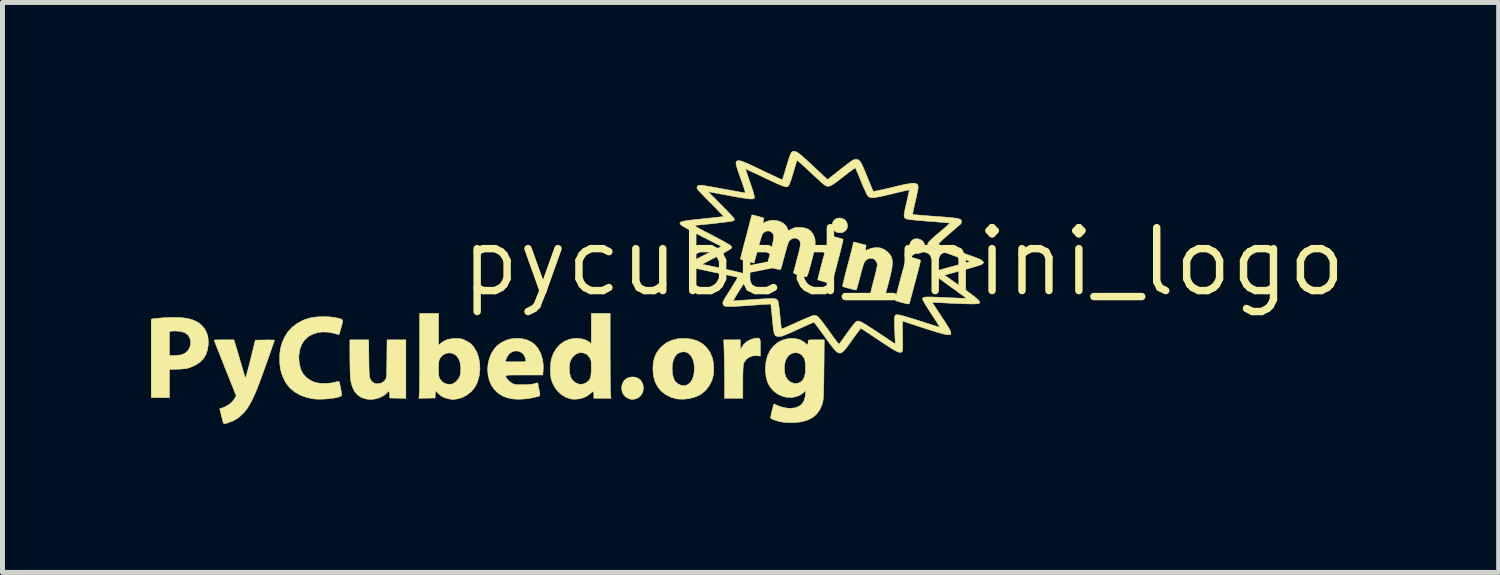
<source format=kicad_pcb>
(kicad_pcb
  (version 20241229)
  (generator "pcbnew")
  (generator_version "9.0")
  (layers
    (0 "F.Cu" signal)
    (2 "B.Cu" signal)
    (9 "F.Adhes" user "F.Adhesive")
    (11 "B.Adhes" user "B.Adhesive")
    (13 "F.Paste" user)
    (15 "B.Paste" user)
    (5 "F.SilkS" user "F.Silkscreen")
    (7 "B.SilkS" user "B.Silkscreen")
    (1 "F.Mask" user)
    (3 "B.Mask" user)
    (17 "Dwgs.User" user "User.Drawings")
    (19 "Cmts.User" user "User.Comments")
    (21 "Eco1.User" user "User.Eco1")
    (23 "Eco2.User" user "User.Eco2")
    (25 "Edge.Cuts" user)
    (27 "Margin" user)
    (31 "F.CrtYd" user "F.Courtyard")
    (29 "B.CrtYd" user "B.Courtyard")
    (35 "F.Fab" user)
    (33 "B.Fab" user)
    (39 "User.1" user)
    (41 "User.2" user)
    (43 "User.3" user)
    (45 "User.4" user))
  (footprint "pycubed_mini_logo"
    (layer "F.Cu")
    (at 15.207 2.24)
    (property "Reference" "pycubed_mini_logo" (at 0 0 0) (layer "F.SilkS") (effects (font (size 1.27 1.27) (thickness 0.15))))
    (attr through_hole)
    (fp_poly (pts (xy -1.242 -0.877) (xy -1.194 -0.852) (xy -1.157 -0.811) (xy -1.148 -0.792) (xy -1.135 -0.734) (xy -1.143 -0.681) (xy -1.17 -0.637) (xy -1.21 -0.605) (xy -1.261 -0.588) (xy -1.319 -0.588) (xy -1.369 -0.605) (xy -1.413 -0.64) (xy -1.44 -0.689) (xy -1.447 -0.745) (xy -1.433 -0.803) (xy -1.429 -0.813) (xy -1.394 -0.855) (xy -1.348 -0.879) (xy -1.295 -0.887) (xy -1.242 -0.877)) (stroke (width 0.01) (type solid)) (fill yes) (layer "F.SilkS"))
    (fp_poly (pts (xy 0.333 -0.453) (xy 0.384 -0.42) (xy 0.415 -0.371) (xy 0.424 -0.309) (xy 0.424 -0.308) (xy 0.412 -0.251) (xy 0.381 -0.208) (xy 0.337 -0.18) (xy 0.282 -0.169) (xy 0.223 -0.179) (xy 0.195 -0.191) (xy 0.147 -0.226) (xy 0.121 -0.272) (xy 0.117 -0.333) (xy 0.118 -0.345) (xy 0.137 -0.4) (xy 0.173 -0.44) (xy 0.222 -0.464) (xy 0.28 -0.467) (xy 0.333 -0.453)) (stroke (width 0.01) (type solid)) (fill yes) (layer "F.SilkS"))
    (fp_poly (pts (xy -5.433 2.328) (xy -5.372 2.349) (xy -5.32 2.386) (xy -5.3 2.411) (xy -5.269 2.477) (xy -5.259 2.546) (xy -5.267 2.613) (xy -5.293 2.674) (xy -5.335 2.725) (xy -5.391 2.759) (xy -5.416 2.767) (xy -5.459 2.777) (xy -5.49 2.78) (xy -5.52 2.774) (xy -5.554 2.763) (xy -5.617 2.73) (xy -5.662 2.68) (xy -5.685 2.633) (xy -5.699 2.562) (xy -5.692 2.488) (xy -5.664 2.42) (xy -5.663 2.417) (xy -5.62 2.37) (xy -5.563 2.339) (xy -5.499 2.325) (xy -5.433 2.328)) (stroke (width 0.01) (type solid)) (fill yes) (layer "F.SilkS"))
    (fp_poly (pts (xy -2.916 1.549) (xy -2.904 1.569) (xy -2.898 1.604) (xy -2.896 1.659) (xy -2.896 1.728) (xy -2.896 1.903) (xy -2.965 1.896) (xy -3.045 1.899) (xy -3.116 1.922) (xy -3.176 1.964) (xy -3.219 2.021) (xy -3.238 2.067) (xy -3.242 2.094) (xy -3.245 2.143) (xy -3.248 2.21) (xy -3.25 2.291) (xy -3.251 2.384) (xy -3.251 2.435) (xy -3.251 2.756) (xy -3.619 2.756) (xy -3.62 2.423) (xy -3.62 2.314) (xy -3.621 2.196) (xy -3.623 2.077) (xy -3.625 1.965) (xy -3.627 1.867) (xy -3.628 1.832) (xy -3.636 1.575) (xy -3.302 1.575) (xy -3.302 1.68) (xy -3.301 1.73) (xy -3.3 1.758) (xy -3.296 1.767) (xy -3.29 1.759) (xy -3.284 1.745) (xy -3.241 1.677) (xy -3.18 1.618) (xy -3.105 1.574) (xy -3.024 1.548) (xy -3.009 1.545) (xy -2.966 1.54) (xy -2.936 1.54) (xy -2.916 1.549)) (stroke (width 0.01) (type solid)) (fill yes) (layer "F.SilkS"))
    (fp_poly (pts (xy 0.111 -0.1) (xy 0.156 -0.091) (xy 0.207 -0.078) (xy 0.256 -0.063) (xy 0.299 -0.05) (xy 0.329 -0.038) (xy 0.339 -0.03) (xy 0.337 -0.015) (xy 0.329 0.022) (xy 0.316 0.077) (xy 0.298 0.149) (xy 0.276 0.233) (xy 0.252 0.327) (xy 0.229 0.411) (xy 0.202 0.51) (xy 0.178 0.602) (xy 0.156 0.684) (xy 0.138 0.751) (xy 0.125 0.802) (xy 0.117 0.834) (xy 0.114 0.844) (xy 0.103 0.85) (xy 0.068 0.847) (xy 0.01 0.834) (xy -0.057 0.817) (xy -0.107 0.802) (xy -0.147 0.79) (xy -0.171 0.783) (xy -0.176 0.781) (xy -0.174 0.768) (xy -0.166 0.734) (xy -0.153 0.682) (xy -0.136 0.616) (xy -0.116 0.539) (xy -0.094 0.454) (xy -0.07 0.365) (xy -0.046 0.274) (xy -0.022 0.187) (xy 0.001 0.104) (xy 0.021 0.031) (xy 0.038 -0.029) (xy 0.051 -0.074) (xy 0.06 -0.1) (xy 0.062 -0.104) (xy 0.077 -0.106) (xy 0.111 -0.1)) (stroke (width 0.01) (type solid)) (fill yes) (layer "F.SilkS"))
    (fp_poly (pts (xy -1.453 -0.518) (xy -1.409 -0.508) (xy -1.358 -0.496) (xy -1.309 -0.483) (xy -1.265 -0.47) (xy -1.235 -0.46) (xy -1.224 -0.454) (xy -1.226 -0.44) (xy -1.233 -0.406) (xy -1.245 -0.354) (xy -1.261 -0.287) (xy -1.281 -0.209) (xy -1.302 -0.124) (xy -1.326 -0.034) (xy -1.35 0.056) (xy -1.373 0.145) (xy -1.396 0.228) (xy -1.416 0.302) (xy -1.434 0.364) (xy -1.448 0.41) (xy -1.457 0.437) (xy -1.46 0.443) (xy -1.474 0.44) (xy -1.508 0.431) (xy -1.555 0.417) (xy -1.6 0.405) (xy -1.654 0.389) (xy -1.699 0.375) (xy -1.728 0.366) (xy -1.738 0.362) (xy -1.736 0.349) (xy -1.728 0.315) (xy -1.715 0.263) (xy -1.698 0.197) (xy -1.678 0.12) (xy -1.655 0.035) (xy -1.632 -0.054) (xy -1.607 -0.145) (xy -1.584 -0.232) (xy -1.561 -0.315) (xy -1.541 -0.388) (xy -1.524 -0.448) (xy -1.511 -0.493) (xy -1.503 -0.519) (xy -1.5 -0.523) (xy -1.486 -0.523) (xy -1.453 -0.518)) (stroke (width 0.01) (type solid)) (fill yes) (layer "F.SilkS"))
    (fp_poly (pts (xy -14.611 1.125) (xy -14.484 1.14) (xy -14.375 1.168) (xy -14.283 1.207) (xy -14.207 1.26) (xy -14.144 1.325) (xy -14.125 1.351) (xy -14.082 1.432) (xy -14.056 1.517) (xy -14.048 1.614) (xy -14.049 1.662) (xy -14.065 1.777) (xy -14.098 1.876) (xy -14.15 1.96) (xy -14.223 2.031) (xy -14.318 2.09) (xy -14.423 2.136) (xy -14.468 2.149) (xy -14.522 2.158) (xy -14.591 2.165) (xy -14.665 2.168) (xy -14.834 2.175) (xy -14.834 2.743) (xy -15.202 2.743) (xy -15.202 1.41) (xy -14.834 1.41) (xy -14.834 1.892) (xy -14.734 1.892) (xy -14.669 1.889) (xy -14.608 1.88) (xy -14.575 1.872) (xy -14.509 1.838) (xy -14.459 1.79) (xy -14.425 1.732) (xy -14.407 1.668) (xy -14.406 1.602) (xy -14.422 1.539) (xy -14.456 1.483) (xy -14.508 1.439) (xy -14.521 1.433) (xy -14.565 1.417) (xy -14.624 1.405) (xy -14.69 1.398) (xy -14.751 1.396) (xy -14.799 1.402) (xy -14.801 1.402) (xy -14.834 1.41) (xy -15.202 1.41) (xy -15.202 1.159) (xy -15.173 1.151) (xy -15.152 1.147) (xy -15.109 1.143) (xy -15.051 1.138) (xy -14.982 1.132) (xy -14.927 1.128) (xy -14.758 1.121) (xy -14.611 1.125)) (stroke (width 0.01) (type solid)) (fill yes) (layer "F.SilkS"))
    (fp_poly (pts (xy -10.805 1.946) (xy -10.804 2.058) (xy -10.802 2.147) (xy -10.8 2.216) (xy -10.797 2.269) (xy -10.793 2.308) (xy -10.789 2.336) (xy -10.783 2.356) (xy -10.78 2.363) (xy -10.744 2.419) (xy -10.695 2.452) (xy -10.634 2.464) (xy -10.634 2.464) (xy -10.565 2.453) (xy -10.509 2.422) (xy -10.475 2.385) (xy -10.467 2.372) (xy -10.46 2.359) (xy -10.455 2.343) (xy -10.451 2.32) (xy -10.448 2.287) (xy -10.446 2.243) (xy -10.445 2.182) (xy -10.443 2.104) (xy -10.442 2.004) (xy -10.442 1.959) (xy -10.438 1.575) (xy -10.058 1.575) (xy -10.058 2.757) (xy -10.382 2.75) (xy -10.386 2.692) (xy -10.39 2.645) (xy -10.396 2.62) (xy -10.408 2.616) (xy -10.426 2.632) (xy -10.438 2.645) (xy -10.496 2.695) (xy -10.571 2.736) (xy -10.655 2.764) (xy -10.674 2.768) (xy -10.734 2.777) (xy -10.783 2.779) (xy -10.833 2.774) (xy -10.867 2.768) (xy -10.958 2.738) (xy -11.033 2.688) (xy -11.094 2.618) (xy -11.139 2.528) (xy -11.168 2.419) (xy -11.175 2.368) (xy -11.179 2.324) (xy -11.182 2.259) (xy -11.185 2.179) (xy -11.187 2.088) (xy -11.188 1.991) (xy -11.189 1.915) (xy -11.189 1.575) (xy -10.81 1.575) (xy -10.805 1.946)) (stroke (width 0.01) (type solid)) (fill yes) (layer "F.SilkS"))
    (fp_poly (pts (xy -4.275 1.563) (xy -4.163 1.599) (xy -4.065 1.655) (xy -3.983 1.73) (xy -3.917 1.823) (xy -3.868 1.933) (xy -3.866 1.941) (xy -3.852 2.005) (xy -3.842 2.083) (xy -3.838 2.167) (xy -3.841 2.244) (xy -3.847 2.292) (xy -3.878 2.402) (xy -3.93 2.503) (xy -3.999 2.592) (xy -4.082 2.664) (xy -4.14 2.699) (xy -4.237 2.738) (xy -4.346 2.764) (xy -4.456 2.775) (xy -4.559 2.771) (xy -4.58 2.768) (xy -4.702 2.735) (xy -4.809 2.682) (xy -4.898 2.612) (xy -4.97 2.524) (xy -5.023 2.421) (xy -5.056 2.304) (xy -5.067 2.174) (xy -5.067 2.168) (xy -5.067 2.159) (xy -4.679 2.159) (xy -4.673 2.254) (xy -4.655 2.335) (xy -4.627 2.4) (xy -4.612 2.422) (xy -4.56 2.466) (xy -4.5 2.493) (xy -4.437 2.501) (xy -4.377 2.487) (xy -4.37 2.483) (xy -4.313 2.44) (xy -4.271 2.377) (xy -4.243 2.294) (xy -4.23 2.195) (xy -4.229 2.159) (xy -4.237 2.057) (xy -4.259 1.971) (xy -4.294 1.902) (xy -4.341 1.853) (xy -4.399 1.823) (xy -4.452 1.816) (xy -4.52 1.828) (xy -4.578 1.861) (xy -4.623 1.915) (xy -4.656 1.988) (xy -4.675 2.078) (xy -4.679 2.159) (xy -5.067 2.159) (xy -5.06 2.045) (xy -5.037 1.938) (xy -4.997 1.845) (xy -4.938 1.76) (xy -4.882 1.703) (xy -4.793 1.634) (xy -4.692 1.586) (xy -4.578 1.557) (xy -4.537 1.551) (xy -4.4 1.546) (xy -4.275 1.563)) (stroke (width 0.01) (type solid)) (fill yes) (layer "F.SilkS"))
    (fp_poly (pts (xy -13.463 1.8) (xy -13.437 1.886) (xy -13.411 1.977) (xy -13.385 2.064) (xy -13.363 2.14) (xy -13.352 2.178) (xy -13.335 2.238) (xy -13.319 2.29) (xy -13.308 2.329) (xy -13.302 2.349) (xy -13.302 2.349) (xy -13.297 2.342) (xy -13.287 2.313) (xy -13.273 2.265) (xy -13.255 2.2) (xy -13.234 2.122) (xy -13.211 2.032) (xy -13.197 1.975) (xy -13.099 1.581) (xy -12.906 1.578) (xy -12.839 1.577) (xy -12.782 1.578) (xy -12.74 1.579) (xy -12.716 1.582) (xy -12.713 1.583) (xy -12.717 1.598) (xy -12.728 1.633) (xy -12.747 1.686) (xy -12.77 1.754) (xy -12.798 1.834) (xy -12.829 1.922) (xy -12.862 2.015) (xy -12.896 2.111) (xy -12.931 2.207) (xy -12.964 2.298) (xy -12.982 2.349) (xy -13.041 2.506) (xy -13.096 2.641) (xy -13.148 2.756) (xy -13.197 2.853) (xy -13.246 2.936) (xy -13.296 3.006) (xy -13.338 3.055) (xy -13.436 3.145) (xy -13.546 3.212) (xy -13.667 3.257) (xy -13.691 3.263) (xy -13.723 3.269) (xy -13.739 3.264) (xy -13.749 3.245) (xy -13.753 3.228) (xy -13.769 3.168) (xy -13.784 3.107) (xy -13.798 3.052) (xy -13.809 3.006) (xy -13.816 2.976) (xy -13.818 2.967) (xy -13.807 2.96) (xy -13.798 2.959) (xy -13.769 2.952) (xy -13.727 2.935) (xy -13.68 2.91) (xy -13.633 2.882) (xy -13.599 2.857) (xy -13.562 2.82) (xy -13.527 2.776) (xy -13.518 2.762) (xy -13.485 2.706) (xy -13.709 2.146) (xy -13.753 2.034) (xy -13.795 1.928) (xy -13.833 1.833) (xy -13.866 1.749) (xy -13.894 1.68) (xy -13.914 1.627) (xy -13.927 1.593) (xy -13.932 1.581) (xy -13.92 1.579) (xy -13.887 1.577) (xy -13.837 1.576) (xy -13.774 1.575) (xy -13.732 1.575) (xy -13.531 1.575) (xy -13.463 1.8)) (stroke (width 0.01) (type solid)) (fill yes) (layer "F.SilkS"))
    (fp_poly (pts (xy -11.593 1.112) (xy -11.49 1.124) (xy -11.405 1.143) (xy -11.371 1.153) (xy -11.349 1.164) (xy -11.338 1.179) (xy -11.337 1.205) (xy -11.344 1.244) (xy -11.359 1.302) (xy -11.364 1.32) (xy -11.379 1.376) (xy -11.393 1.423) (xy -11.402 1.455) (xy -11.407 1.467) (xy -11.421 1.466) (xy -11.452 1.459) (xy -11.488 1.449) (xy -11.618 1.42) (xy -11.745 1.416) (xy -11.836 1.428) (xy -11.944 1.462) (xy -12.036 1.514) (xy -12.11 1.585) (xy -12.165 1.672) (xy -12.202 1.775) (xy -12.219 1.893) (xy -12.22 1.94) (xy -12.21 2.064) (xy -12.181 2.172) (xy -12.133 2.263) (xy -12.065 2.339) (xy -11.978 2.398) (xy -11.914 2.427) (xy -11.849 2.445) (xy -11.767 2.454) (xy -11.678 2.456) (xy -11.59 2.45) (xy -11.51 2.436) (xy -11.495 2.432) (xy -11.449 2.42) (xy -11.421 2.417) (xy -11.407 2.422) (xy -11.405 2.424) (xy -11.399 2.443) (xy -11.39 2.48) (xy -11.38 2.53) (xy -11.373 2.566) (xy -11.362 2.631) (xy -11.358 2.675) (xy -11.359 2.7) (xy -11.363 2.707) (xy -11.391 2.723) (xy -11.44 2.737) (xy -11.504 2.75) (xy -11.579 2.761) (xy -11.66 2.769) (xy -11.743 2.773) (xy -11.822 2.774) (xy -11.893 2.771) (xy -11.915 2.769) (xy -12.056 2.741) (xy -12.185 2.695) (xy -12.298 2.632) (xy -12.394 2.554) (xy -12.471 2.461) (xy -12.512 2.388) (xy -12.55 2.303) (xy -12.576 2.229) (xy -12.593 2.155) (xy -12.603 2.072) (xy -12.607 2) (xy -12.606 1.866) (xy -12.59 1.745) (xy -12.556 1.629) (xy -12.508 1.521) (xy -12.439 1.411) (xy -12.35 1.316) (xy -12.242 1.236) (xy -12.119 1.173) (xy -12.008 1.136) (xy -11.92 1.119) (xy -11.817 1.11) (xy -11.705 1.107) (xy -11.593 1.112)) (stroke (width 0.01) (type solid)) (fill yes) (layer "F.SilkS"))
    (fp_poly (pts (xy -5.931 1.801) (xy -5.931 1.941) (xy -5.93 2.076) (xy -5.93 2.203) (xy -5.929 2.32) (xy -5.928 2.424) (xy -5.927 2.513) (xy -5.925 2.584) (xy -5.924 2.634) (xy -5.923 2.659) (xy -5.914 2.756) (xy -6.261 2.756) (xy -6.261 2.7) (xy -6.263 2.651) (xy -6.269 2.625) (xy -6.284 2.622) (xy -6.309 2.639) (xy -6.332 2.661) (xy -6.402 2.713) (xy -6.486 2.75) (xy -6.58 2.771) (xy -6.675 2.775) (xy -6.73 2.768) (xy -6.828 2.735) (xy -6.917 2.681) (xy -6.995 2.608) (xy -7.059 2.518) (xy -7.107 2.416) (xy -7.124 2.358) (xy -7.133 2.299) (xy -7.137 2.224) (xy -7.137 2.152) (xy -6.756 2.152) (xy -6.749 2.25) (xy -6.728 2.329) (xy -6.692 2.39) (xy -6.639 2.435) (xy -6.617 2.448) (xy -6.554 2.471) (xy -6.497 2.473) (xy -6.437 2.453) (xy -6.426 2.447) (xy -6.384 2.42) (xy -6.353 2.388) (xy -6.332 2.346) (xy -6.319 2.29) (xy -6.313 2.216) (xy -6.312 2.146) (xy -6.312 2.079) (xy -6.314 2.031) (xy -6.317 1.998) (xy -6.324 1.974) (xy -6.334 1.953) (xy -6.345 1.936) (xy -6.378 1.892) (xy -6.408 1.865) (xy -6.446 1.848) (xy -6.468 1.841) (xy -6.535 1.833) (xy -6.598 1.85) (xy -6.659 1.891) (xy -6.662 1.895) (xy -6.71 1.951) (xy -6.74 2.017) (xy -6.754 2.098) (xy -6.756 2.152) (xy -7.137 2.152) (xy -7.137 2.142) (xy -7.133 2.061) (xy -7.124 1.992) (xy -7.118 1.962) (xy -7.077 1.849) (xy -7.019 1.751) (xy -6.945 1.67) (xy -6.857 1.607) (xy -6.759 1.566) (xy -6.69 1.551) (xy -6.592 1.545) (xy -6.499 1.556) (xy -6.416 1.582) (xy -6.35 1.621) (xy -6.34 1.629) (xy -6.312 1.655) (xy -6.312 1.041) (xy -5.931 1.041) (xy -5.931 1.801)) (stroke (width 0.01) (type solid)) (fill yes) (layer "F.SilkS"))
    (fp_poly (pts (xy -9.398 1.686) (xy -9.351 1.643) (xy -9.282 1.595) (xy -9.198 1.563) (xy -9.097 1.548) (xy -9.05 1.547) (xy -8.993 1.548) (xy -8.952 1.551) (xy -8.917 1.561) (xy -8.877 1.577) (xy -8.841 1.596) (xy -8.785 1.627) (xy -8.743 1.657) (xy -8.707 1.695) (xy -8.684 1.724) (xy -8.627 1.819) (xy -8.588 1.929) (xy -8.566 2.049) (xy -8.562 2.174) (xy -8.576 2.3) (xy -8.61 2.422) (xy -8.619 2.446) (xy -8.67 2.542) (xy -8.742 2.625) (xy -8.828 2.693) (xy -8.927 2.743) (xy -9.023 2.769) (xy -9.072 2.776) (xy -9.107 2.779) (xy -9.139 2.777) (xy -9.178 2.77) (xy -9.207 2.764) (xy -9.285 2.741) (xy -9.348 2.707) (xy -9.406 2.657) (xy -9.411 2.653) (xy -9.46 2.602) (xy -9.464 2.676) (xy -9.468 2.75) (xy -9.632 2.753) (xy -9.795 2.757) (xy -9.787 2.671) (xy -9.786 2.642) (xy -9.784 2.591) (xy -9.783 2.52) (xy -9.782 2.431) (xy -9.781 2.326) (xy -9.78 2.209) (xy -9.78 2.161) (xy -9.398 2.161) (xy -9.398 2.227) (xy -9.396 2.274) (xy -9.392 2.308) (xy -9.384 2.334) (xy -9.373 2.358) (xy -9.365 2.372) (xy -9.32 2.425) (xy -9.261 2.46) (xy -9.195 2.475) (xy -9.126 2.468) (xy -9.102 2.459) (xy -9.055 2.429) (xy -9.011 2.383) (xy -8.976 2.329) (xy -8.965 2.303) (xy -8.957 2.266) (xy -8.951 2.215) (xy -8.948 2.159) (xy -8.948 2.153) (xy -8.957 2.055) (xy -8.983 1.973) (xy -9.025 1.908) (xy -9.065 1.873) (xy -9.129 1.845) (xy -9.197 1.839) (xy -9.262 1.854) (xy -9.32 1.889) (xy -9.365 1.942) (xy -9.372 1.955) (xy -9.384 1.981) (xy -9.391 2.011) (xy -9.396 2.049) (xy -9.398 2.102) (xy -9.398 2.161) (xy -9.78 2.161) (xy -9.78 2.081) (xy -9.779 1.946) (xy -9.779 1.813) (xy -9.779 1.041) (xy -9.398 1.041) (xy -9.398 1.686)) (stroke (width 0.01) (type solid)) (fill yes) (layer "F.SilkS"))
    (fp_poly (pts (xy -7.715 1.551) (xy -7.613 1.576) (xy -7.521 1.62) (xy -7.451 1.674) (xy -7.384 1.755) (xy -7.333 1.852) (xy -7.299 1.962) (xy -7.282 2.081) (xy -7.284 2.194) (xy -7.292 2.286) (xy -7.666 2.286) (xy -7.773 2.286) (xy -7.857 2.286) (xy -7.921 2.287) (xy -7.969 2.288) (xy -8.001 2.29) (xy -8.022 2.293) (xy -8.033 2.298) (xy -8.038 2.303) (xy -8.039 2.31) (xy -8.039 2.311) (xy -8.029 2.34) (xy -8.003 2.376) (xy -7.966 2.413) (xy -7.923 2.445) (xy -7.907 2.455) (xy -7.882 2.467) (xy -7.855 2.475) (xy -7.822 2.48) (xy -7.776 2.482) (xy -7.711 2.482) (xy -7.696 2.482) (xy -7.59 2.479) (xy -7.508 2.471) (xy -7.466 2.462) (xy -7.394 2.442) (xy -7.369 2.57) (xy -7.357 2.633) (xy -7.352 2.675) (xy -7.353 2.699) (xy -7.358 2.708) (xy -7.376 2.715) (xy -7.413 2.725) (xy -7.461 2.737) (xy -7.48 2.742) (xy -7.582 2.761) (xy -7.69 2.772) (xy -7.795 2.775) (xy -7.888 2.77) (xy -7.898 2.768) (xy -8.012 2.745) (xy -8.108 2.707) (xy -8.193 2.653) (xy -8.265 2.585) (xy -8.327 2.499) (xy -8.371 2.399) (xy -8.397 2.29) (xy -8.406 2.176) (xy -8.397 2.061) (xy -8.387 2.019) (xy -8.05 2.019) (xy -7.841 2.019) (xy -7.764 2.019) (xy -7.709 2.019) (xy -7.672 2.017) (xy -7.649 2.014) (xy -7.638 2.009) (xy -7.634 2.001) (xy -7.633 1.991) (xy -7.641 1.949) (xy -7.662 1.902) (xy -7.688 1.86) (xy -7.714 1.835) (xy -7.779 1.805) (xy -7.845 1.799) (xy -7.907 1.815) (xy -7.962 1.851) (xy -8.007 1.907) (xy -8.039 1.981) (xy -8.04 1.984) (xy -8.05 2.019) (xy -8.387 2.019) (xy -8.37 1.949) (xy -8.327 1.845) (xy -8.267 1.751) (xy -8.215 1.695) (xy -8.13 1.631) (xy -8.033 1.584) (xy -7.929 1.555) (xy -7.821 1.544) (xy -7.715 1.551)) (stroke (width 0.01) (type solid)) (fill yes) (layer "F.SilkS"))
    (fp_poly (pts (xy -0.886 -0.37) (xy -0.76 -0.337) (xy -0.768 -0.282) (xy -0.771 -0.25) (xy -0.769 -0.232) (xy -0.766 -0.231) (xy -0.662 -0.273) (xy -0.566 -0.29) (xy -0.477 -0.283) (xy -0.396 -0.252) (xy -0.322 -0.196) (xy -0.317 -0.191) (xy -0.282 -0.152) (xy -0.256 -0.111) (xy -0.239 -0.066) (xy -0.23 -0.013) (xy -0.231 0.05) (xy -0.239 0.126) (xy -0.257 0.219) (xy -0.283 0.329) (xy -0.312 0.441) (xy -0.334 0.522) (xy -0.354 0.593) (xy -0.372 0.652) (xy -0.387 0.695) (xy -0.397 0.719) (xy -0.4 0.723) (xy -0.417 0.719) (xy -0.453 0.71) (xy -0.501 0.698) (xy -0.539 0.688) (xy -0.592 0.672) (xy -0.635 0.657) (xy -0.662 0.646) (xy -0.669 0.64) (xy -0.667 0.624) (xy -0.66 0.588) (xy -0.647 0.534) (xy -0.631 0.468) (xy -0.611 0.392) (xy -0.604 0.365) (xy -0.583 0.284) (xy -0.564 0.21) (xy -0.549 0.145) (xy -0.539 0.094) (xy -0.534 0.063) (xy -0.533 0.058) (xy -0.543 0.013) (xy -0.57 -0.028) (xy -0.599 -0.056) (xy -0.629 -0.067) (xy -0.665 -0.07) (xy -0.711 -0.065) (xy -0.745 -0.047) (xy -0.756 -0.038) (xy -0.771 -0.023) (xy -0.784 -0.009) (xy -0.794 0.008) (xy -0.805 0.031) (xy -0.817 0.063) (xy -0.83 0.109) (xy -0.848 0.17) (xy -0.87 0.252) (xy -0.882 0.298) (xy -0.903 0.377) (xy -0.922 0.446) (xy -0.938 0.503) (xy -0.95 0.544) (xy -0.957 0.566) (xy -0.958 0.569) (xy -0.972 0.568) (xy -1.003 0.561) (xy -1.047 0.551) (xy -1.097 0.538) (xy -1.147 0.525) (xy -1.191 0.512) (xy -1.222 0.502) (xy -1.235 0.497) (xy -1.234 0.483) (xy -1.227 0.447) (xy -1.215 0.394) (xy -1.198 0.325) (xy -1.178 0.243) (xy -1.155 0.153) (xy -1.144 0.114) (xy -1.118 0.017) (xy -1.094 -0.076) (xy -1.072 -0.16) (xy -1.053 -0.233) (xy -1.039 -0.289) (xy -1.03 -0.326) (xy -1.029 -0.332) (xy -1.013 -0.403) (xy -0.886 -0.37)) (stroke (width 0.01) (type solid)) (fill yes) (layer "F.SilkS"))
    (fp_poly (pts (xy -2.171 1.553) (xy -2.086 1.578) (xy -2.014 1.62) (xy -1.994 1.637) (xy -1.965 1.663) (xy -1.95 1.673) (xy -1.942 1.669) (xy -1.938 1.658) (xy -1.932 1.623) (xy -1.931 1.603) (xy -1.93 1.592) (xy -1.924 1.584) (xy -1.91 1.579) (xy -1.883 1.576) (xy -1.84 1.575) (xy -1.776 1.575) (xy -1.606 1.575) (xy -1.609 1.94) (xy -1.611 2.108) (xy -1.613 2.253) (xy -1.614 2.377) (xy -1.616 2.481) (xy -1.618 2.567) (xy -1.62 2.639) (xy -1.622 2.697) (xy -1.625 2.743) (xy -1.628 2.78) (xy -1.632 2.81) (xy -1.637 2.835) (xy -1.642 2.856) (xy -1.648 2.875) (xy -1.65 2.881) (xy -1.697 2.987) (xy -1.759 3.073) (xy -1.838 3.142) (xy -1.934 3.192) (xy -2.05 3.227) (xy -2.08 3.233) (xy -2.181 3.245) (xy -2.291 3.249) (xy -2.397 3.244) (xy -2.451 3.237) (xy -2.509 3.225) (xy -2.566 3.21) (xy -2.619 3.192) (xy -2.66 3.175) (xy -2.685 3.159) (xy -2.688 3.154) (xy -2.688 3.137) (xy -2.682 3.103) (xy -2.673 3.057) (xy -2.661 3.006) (xy -2.648 2.956) (xy -2.636 2.913) (xy -2.627 2.882) (xy -2.62 2.87) (xy -2.62 2.87) (xy -2.607 2.875) (xy -2.579 2.889) (xy -2.565 2.896) (xy -2.503 2.921) (xy -2.428 2.941) (xy -2.351 2.955) (xy -2.292 2.959) (xy -2.198 2.949) (xy -2.12 2.921) (xy -2.06 2.874) (xy -2.016 2.809) (xy -1.991 2.725) (xy -1.986 2.684) (xy -1.978 2.597) (xy -2.021 2.638) (xy -2.095 2.692) (xy -2.181 2.725) (xy -2.274 2.74) (xy -2.369 2.735) (xy -2.463 2.711) (xy -2.552 2.668) (xy -2.631 2.607) (xy -2.647 2.59) (xy -2.709 2.511) (xy -2.754 2.423) (xy -2.781 2.322) (xy -2.793 2.206) (xy -2.794 2.16) (xy -2.793 2.145) (xy -2.413 2.145) (xy -2.405 2.242) (xy -2.383 2.321) (xy -2.344 2.382) (xy -2.288 2.428) (xy -2.273 2.436) (xy -2.209 2.457) (xy -2.145 2.455) (xy -2.088 2.431) (xy -2.084 2.428) (xy -2.041 2.389) (xy -2.013 2.34) (xy -1.995 2.275) (xy -1.992 2.26) (xy -1.986 2.197) (xy -1.985 2.127) (xy -1.988 2.058) (xy -1.996 1.997) (xy -2.009 1.952) (xy -2.012 1.945) (xy -2.054 1.887) (xy -2.109 1.85) (xy -2.172 1.834) (xy -2.239 1.842) (xy -2.255 1.847) (xy -2.316 1.884) (xy -2.363 1.94) (xy -2.395 2.014) (xy -2.411 2.103) (xy -2.413 2.145) (xy -2.793 2.145) (xy -2.784 2.024) (xy -2.753 1.903) (xy -2.704 1.796) (xy -2.635 1.706) (xy -2.548 1.632) (xy -2.539 1.626) (xy -2.452 1.582) (xy -2.359 1.555) (xy -2.263 1.546) (xy -2.171 1.553)) (stroke (width 0.01) (type solid)) (fill yes) (layer "F.SilkS"))
    (fp_poly (pts (xy -3.057 -0.948) (xy -3.024 -0.941) (xy -2.971 -0.927) (xy -2.897 -0.906) (xy -2.829 -0.887) (xy -2.844 -0.779) (xy -2.782 -0.81) (xy -2.71 -0.834) (xy -2.633 -0.841) (xy -2.556 -0.832) (xy -2.484 -0.808) (xy -2.422 -0.771) (xy -2.374 -0.723) (xy -2.345 -0.666) (xy -2.343 -0.66) (xy -2.335 -0.627) (xy -2.263 -0.664) (xy -2.224 -0.682) (xy -2.192 -0.693) (xy -2.156 -0.697) (xy -2.109 -0.697) (xy -2.087 -0.696) (xy -1.999 -0.685) (xy -1.929 -0.66) (xy -1.875 -0.619) (xy -1.833 -0.56) (xy -1.826 -0.547) (xy -1.807 -0.504) (xy -1.794 -0.46) (xy -1.789 -0.412) (xy -1.79 -0.356) (xy -1.798 -0.289) (xy -1.814 -0.208) (xy -1.837 -0.109) (xy -1.868 0.011) (xy -1.869 0.014) (xy -1.895 0.11) (xy -1.916 0.184) (xy -1.933 0.238) (xy -1.946 0.274) (xy -1.957 0.295) (xy -1.965 0.303) (xy -1.967 0.303) (xy -1.988 0.3) (xy -2.026 0.291) (xy -2.077 0.278) (xy -2.112 0.269) (xy -2.175 0.25) (xy -2.214 0.235) (xy -2.229 0.222) (xy -2.229 0.219) (xy -2.225 0.203) (xy -2.214 0.166) (xy -2.199 0.111) (xy -2.181 0.044) (xy -2.161 -0.033) (xy -2.152 -0.066) (xy -2.126 -0.166) (xy -2.106 -0.246) (xy -2.094 -0.308) (xy -2.089 -0.354) (xy -2.09 -0.389) (xy -2.097 -0.416) (xy -2.111 -0.437) (xy -2.128 -0.454) (xy -2.172 -0.478) (xy -2.221 -0.48) (xy -2.269 -0.462) (xy -2.31 -0.425) (xy -2.329 -0.396) (xy -2.337 -0.373) (xy -2.351 -0.331) (xy -2.368 -0.272) (xy -2.388 -0.202) (xy -2.409 -0.124) (xy -2.413 -0.108) (xy -2.434 -0.031) (xy -2.452 0.037) (xy -2.468 0.093) (xy -2.48 0.133) (xy -2.487 0.154) (xy -2.488 0.155) (xy -2.503 0.156) (xy -2.535 0.15) (xy -2.579 0.141) (xy -2.629 0.129) (xy -2.678 0.117) (xy -2.721 0.104) (xy -2.75 0.094) (xy -2.759 0.09) (xy -2.758 0.076) (xy -2.752 0.041) (xy -2.74 -0.011) (xy -2.724 -0.076) (xy -2.705 -0.151) (xy -2.698 -0.178) (xy -2.67 -0.281) (xy -2.65 -0.364) (xy -2.636 -0.427) (xy -2.628 -0.476) (xy -2.626 -0.514) (xy -2.63 -0.542) (xy -2.639 -0.564) (xy -2.649 -0.579) (xy -2.688 -0.613) (xy -2.735 -0.626) (xy -2.784 -0.619) (xy -2.828 -0.593) (xy -2.852 -0.566) (xy -2.862 -0.545) (xy -2.876 -0.504) (xy -2.895 -0.443) (xy -2.919 -0.36) (xy -2.948 -0.256) (xy -2.983 -0.128) (xy -3.009 -0.03) (xy -3.023 0.024) (xy -3.157 -0.012) (xy -3.212 -0.028) (xy -3.257 -0.041) (xy -3.287 -0.05) (xy -3.297 -0.055) (xy -3.296 -0.068) (xy -3.289 -0.103) (xy -3.276 -0.155) (xy -3.26 -0.222) (xy -3.24 -0.3) (xy -3.221 -0.37) (xy -3.196 -0.464) (xy -3.171 -0.558) (xy -3.148 -0.647) (xy -3.127 -0.725) (xy -3.111 -0.788) (xy -3.105 -0.813) (xy -3.091 -0.867) (xy -3.079 -0.911) (xy -3.071 -0.94) (xy -3.068 -0.949) (xy -3.057 -0.948)) (stroke (width 0.01) (type solid)) (fill yes) (layer "F.SilkS"))
    (fp_poly (pts (xy -2.195 -2.232) (xy -2.163 -2.219) (xy -2.124 -2.194) (xy -2.075 -2.156) (xy -2.015 -2.104) (xy -1.94 -2.036) (xy -1.861 -1.962) (xy -1.792 -1.898) (xy -1.728 -1.838) (xy -1.671 -1.784) (xy -1.625 -1.741) (xy -1.591 -1.709) (xy -1.573 -1.693) (xy -1.539 -1.662) (xy -1.332 -1.825) (xy -1.245 -1.894) (xy -1.175 -1.948) (xy -1.12 -1.99) (xy -1.078 -2.021) (xy -1.046 -2.043) (xy -1.022 -2.057) (xy -1.003 -2.065) (xy -0.987 -2.069) (xy -0.971 -2.07) (xy -0.966 -2.07) (xy -0.941 -2.068) (xy -0.919 -2.061) (xy -0.898 -2.047) (xy -0.877 -2.023) (xy -0.855 -1.987) (xy -0.83 -1.936) (xy -0.8 -1.867) (xy -0.763 -1.778) (xy -0.742 -1.727) (xy -0.709 -1.646) (xy -0.679 -1.573) (xy -0.654 -1.511) (xy -0.634 -1.463) (xy -0.621 -1.433) (xy -0.617 -1.424) (xy -0.604 -1.424) (xy -0.569 -1.43) (xy -0.515 -1.441) (xy -0.446 -1.456) (xy -0.366 -1.474) (xy -0.276 -1.495) (xy -0.251 -1.501) (xy -0.121 -1.532) (xy -0.013 -1.557) (xy 0.075 -1.574) (xy 0.145 -1.585) (xy 0.198 -1.589) (xy 0.237 -1.585) (xy 0.264 -1.575) (xy 0.281 -1.559) (xy 0.289 -1.535) (xy 0.292 -1.506) (xy 0.289 -1.483) (xy 0.281 -1.44) (xy 0.269 -1.38) (xy 0.254 -1.309) (xy 0.236 -1.231) (xy 0.233 -1.218) (xy 0.215 -1.141) (xy 0.2 -1.073) (xy 0.189 -1.018) (xy 0.182 -0.979) (xy 0.18 -0.96) (xy 0.18 -0.959) (xy 0.194 -0.956) (xy 0.23 -0.952) (xy 0.286 -0.947) (xy 0.358 -0.941) (xy 0.444 -0.934) (xy 0.541 -0.926) (xy 0.63 -0.92) (xy 0.762 -0.91) (xy 0.87 -0.902) (xy 0.957 -0.894) (xy 1.026 -0.886) (xy 1.078 -0.877) (xy 1.116 -0.868) (xy 1.142 -0.858) (xy 1.157 -0.847) (xy 1.166 -0.833) (xy 1.168 -0.816) (xy 1.168 -0.812) (xy 1.157 -0.773) (xy 1.138 -0.754) (xy 1.12 -0.739) (xy 1.086 -0.71) (xy 1.039 -0.67) (xy 0.983 -0.621) (xy 0.921 -0.568) (xy 0.897 -0.547) (xy 0.821 -0.48) (xy 0.763 -0.426) (xy 0.723 -0.387) (xy 0.703 -0.363) (xy 0.702 -0.354) (xy 0.717 -0.348) (xy 0.754 -0.334) (xy 0.808 -0.315) (xy 0.876 -0.291) (xy 0.954 -0.263) (xy 1.029 -0.237) (xy 1.155 -0.193) (xy 1.26 -0.156) (xy 1.346 -0.126) (xy 1.414 -0.101) (xy 1.467 -0.081) (xy 1.507 -0.066) (xy 1.536 -0.053) (xy 1.557 -0.042) (xy 1.572 -0.033) (xy 1.583 -0.024) (xy 1.588 -0.018) (xy 1.618 0.013) (xy 1.592 0.039) (xy 1.584 0.045) (xy 1.573 0.052) (xy 1.555 0.06) (xy 1.529 0.07) (xy 1.493 0.081) (xy 1.445 0.096) (xy 1.383 0.114) (xy 1.305 0.136) (xy 1.21 0.162) (xy 1.096 0.194) (xy 0.959 0.231) (xy 0.872 0.255) (xy 0.824 0.268) (xy 1.139 0.491) (xy 1.249 0.569) (xy 1.34 0.635) (xy 1.412 0.689) (xy 1.466 0.733) (xy 1.504 0.768) (xy 1.527 0.795) (xy 1.537 0.815) (xy 1.534 0.829) (xy 1.52 0.839) (xy 1.508 0.843) (xy 1.475 0.847) (xy 1.418 0.85) (xy 1.338 0.85) (xy 1.235 0.847) (xy 1.112 0.843) (xy 0.969 0.837) (xy 0.895 0.833) (xy 0.808 0.829) (xy 0.73 0.825) (xy 0.665 0.822) (xy 0.615 0.819) (xy 0.584 0.818) (xy 0.575 0.818) (xy 0.581 0.829) (xy 0.6 0.858) (xy 0.629 0.902) (xy 0.666 0.96) (xy 0.711 1.028) (xy 0.761 1.103) (xy 0.762 1.105) (xy 0.823 1.197) (xy 0.87 1.271) (xy 0.905 1.328) (xy 0.93 1.371) (xy 0.945 1.402) (xy 0.952 1.424) (xy 0.952 1.432) (xy 0.951 1.457) (xy 0.943 1.469) (xy 0.922 1.473) (xy 0.89 1.473) (xy 0.862 1.47) (xy 0.814 1.459) (xy 0.748 1.442) (xy 0.662 1.417) (xy 0.554 1.384) (xy 0.426 1.343) (xy 0.275 1.294) (xy 0.102 1.237) (xy 0.028 1.213) (xy -0.026 1.195) (xy -0.023 1.501) (xy -0.022 1.598) (xy -0.021 1.673) (xy -0.022 1.728) (xy -0.024 1.768) (xy -0.027 1.794) (xy -0.031 1.809) (xy -0.037 1.818) (xy -0.039 1.82) (xy -0.056 1.827) (xy -0.077 1.828) (xy -0.104 1.823) (xy -0.138 1.809) (xy -0.183 1.786) (xy -0.24 1.753) (xy -0.311 1.708) (xy -0.399 1.651) (xy -0.505 1.58) (xy -0.506 1.579) (xy -0.59 1.523) (xy -0.667 1.472) (xy -0.735 1.427) (xy -0.791 1.389) (xy -0.833 1.362) (xy -0.858 1.346) (xy -0.865 1.342) (xy -0.874 1.351) (xy -0.896 1.379) (xy -0.929 1.421) (xy -0.969 1.475) (xy -1.016 1.539) (xy -1.047 1.583) (xy -1.108 1.669) (xy -1.158 1.735) (xy -1.198 1.784) (xy -1.231 1.817) (xy -1.259 1.836) (xy -1.285 1.843) (xy -1.31 1.839) (xy -1.337 1.827) (xy -1.354 1.817) (xy -1.374 1.799) (xy -1.407 1.762) (xy -1.45 1.708) (xy -1.503 1.639) (xy -1.563 1.557) (xy -1.599 1.506) (xy -1.653 1.431) (xy -1.703 1.364) (xy -1.745 1.306) (xy -1.779 1.261) (xy -1.803 1.231) (xy -1.814 1.219) (xy -1.815 1.219) (xy -1.829 1.224) (xy -1.862 1.239) (xy -1.913 1.261) (xy -1.978 1.29) (xy -2.053 1.324) (xy -2.137 1.362) (xy -2.146 1.366) (xy -2.243 1.41) (xy -2.32 1.444) (xy -2.38 1.47) (xy -2.426 1.488) (xy -2.46 1.5) (xy -2.487 1.507) (xy -2.509 1.509) (xy -2.525 1.509) (xy -2.553 1.506) (xy -2.576 1.499) (xy -2.594 1.487) (xy -2.608 1.465) (xy -2.62 1.431) (xy -2.629 1.383) (xy -2.638 1.317) (xy -2.647 1.231) (xy -2.655 1.149) (xy -2.663 1.066) (xy -2.67 0.992) (xy -2.677 0.93) (xy -2.682 0.884) (xy -2.685 0.858) (xy -2.686 0.853) (xy -2.699 0.853) (xy -2.734 0.855) (xy -2.788 0.858) (xy -2.858 0.862) (xy -2.94 0.868) (xy -3.031 0.874) (xy -3.044 0.875) (xy -3.182 0.885) (xy -3.297 0.893) (xy -3.391 0.898) (xy -3.466 0.902) (xy -3.524 0.903) (xy -3.569 0.901) (xy -3.601 0.897) (xy -3.623 0.89) (xy -3.637 0.881) (xy -3.645 0.869) (xy -3.651 0.854) (xy -3.652 0.85) (xy -3.654 0.838) (xy -3.655 0.827) (xy -3.653 0.815) (xy -3.647 0.798) (xy -3.635 0.775) (xy -3.616 0.741) (xy -3.588 0.696) (xy -3.55 0.635) (xy -3.501 0.557) (xy -3.476 0.517) (xy -3.437 0.454) (xy -3.403 0.398) (xy -3.376 0.354) (xy -3.36 0.324) (xy -3.354 0.312) (xy -3.354 0.312) (xy -3.368 0.309) (xy -3.402 0.301) (xy -3.455 0.289) (xy -3.523 0.275) (xy -3.603 0.258) (xy -3.683 0.242) (xy -3.82 0.213) (xy -3.935 0.189) (xy -4.029 0.169) (xy -4.105 0.152) (xy -4.165 0.139) (xy -4.21 0.127) (xy -4.245 0.117) (xy -4.269 0.109) (xy -4.287 0.101) (xy -4.297 0.096) (xy -4.318 0.08) (xy -4.329 0.065) (xy -4.331 0.049) (xy -4.319 0.031) (xy -4.294 0.009) (xy -4.253 -0.018) (xy -4.194 -0.052) (xy -4.116 -0.093) (xy -4.017 -0.143) (xy -3.99 -0.157) (xy -3.682 -0.313) (xy -4.066 -0.508) (xy -4.183 -0.568) (xy -4.279 -0.618) (xy -4.356 -0.66) (xy -4.416 -0.693) (xy -4.46 -0.72) (xy -4.484 -0.736) (xy -4.242 -0.736) (xy -4.236 -0.731) (xy -4.209 -0.715) (xy -4.165 -0.691) (xy -4.106 -0.659) (xy -4.034 -0.621) (xy -3.952 -0.579) (xy -3.899 -0.551) (xy -3.809 -0.505) (xy -3.725 -0.46) (xy -3.649 -0.42) (xy -3.586 -0.384) (xy -3.538 -0.356) (xy -3.508 -0.337) (xy -3.501 -0.332) (xy -3.479 -0.308) (xy -3.473 -0.293) (xy -3.482 -0.276) (xy -3.489 -0.269) (xy -3.506 -0.255) (xy -3.543 -0.233) (xy -3.596 -0.203) (xy -3.661 -0.167) (xy -3.736 -0.127) (xy -3.797 -0.095) (xy -3.875 -0.056) (xy -3.943 -0.02) (xy -4 0.009) (xy -4.043 0.032) (xy -4.069 0.046) (xy -4.074 0.05) (xy -4.051 0.054) (xy -4.007 0.062) (xy -3.946 0.074) (xy -3.872 0.09) (xy -3.788 0.108) (xy -3.698 0.127) (xy -3.606 0.148) (xy -3.516 0.168) (xy -3.431 0.187) (xy -3.355 0.205) (xy -3.292 0.22) (xy -3.246 0.232) (xy -3.22 0.24) (xy -3.218 0.241) (xy -3.194 0.252) (xy -3.176 0.263) (xy -3.165 0.276) (xy -3.163 0.295) (xy -3.169 0.32) (xy -3.184 0.355) (xy -3.211 0.402) (xy -3.248 0.464) (xy -3.298 0.543) (xy -3.351 0.625) (xy -3.385 0.681) (xy -3.413 0.729) (xy -3.432 0.765) (xy -3.439 0.785) (xy -3.438 0.788) (xy -3.422 0.787) (xy -3.384 0.784) (xy -3.327 0.78) (xy -3.254 0.775) (xy -3.169 0.769) (xy -3.075 0.763) (xy -3.041 0.76) (xy -2.943 0.754) (xy -2.851 0.748) (xy -2.769 0.744) (xy -2.7 0.741) (xy -2.648 0.74) (xy -2.617 0.741) (xy -2.613 0.742) (xy -2.572 0.756) (xy -2.547 0.779) (xy -2.538 0.803) (xy -2.529 0.853) (xy -2.518 0.925) (xy -2.507 1.02) (xy -2.501 1.08) (xy -2.493 1.16) (xy -2.486 1.231) (xy -2.479 1.29) (xy -2.474 1.332) (xy -2.471 1.355) (xy -2.47 1.357) (xy -2.458 1.353) (xy -2.426 1.34) (xy -2.376 1.319) (xy -2.313 1.291) (xy -2.239 1.258) (xy -2.157 1.221) (xy -2.156 1.22) (xy -2.072 1.183) (xy -1.994 1.149) (xy -1.926 1.12) (xy -1.87 1.098) (xy -1.831 1.084) (xy -1.811 1.079) (xy -1.774 1.086) (xy -1.741 1.1) (xy -1.725 1.115) (xy -1.696 1.149) (xy -1.657 1.197) (xy -1.611 1.257) (xy -1.56 1.326) (xy -1.512 1.392) (xy -1.46 1.464) (xy -1.413 1.53) (xy -1.372 1.585) (xy -1.34 1.627) (xy -1.318 1.654) (xy -1.31 1.663) (xy -1.301 1.653) (xy -1.279 1.626) (xy -1.247 1.583) (xy -1.208 1.529) (xy -1.163 1.466) (xy -1.148 1.444) (xy -1.1 1.378) (xy -1.055 1.317) (xy -1.016 1.267) (xy -0.985 1.23) (xy -0.964 1.209) (xy -0.961 1.207) (xy -0.938 1.196) (xy -0.915 1.195) (xy -0.882 1.205) (xy -0.872 1.209) (xy -0.847 1.221) (xy -0.805 1.245) (xy -0.748 1.28) (xy -0.679 1.324) (xy -0.602 1.373) (xy -0.52 1.427) (xy -0.494 1.445) (xy -0.171 1.66) (xy -0.183 1.382) (xy -0.186 1.284) (xy -0.188 1.208) (xy -0.188 1.151) (xy -0.184 1.112) (xy -0.176 1.087) (xy -0.163 1.073) (xy -0.145 1.068) (xy -0.12 1.069) (xy -0.094 1.072) (xy -0.065 1.078) (xy -0.016 1.09) (xy 0.05 1.109) (xy 0.129 1.133) (xy 0.218 1.16) (xy 0.313 1.19) (xy 0.345 1.2) (xy 0.437 1.23) (xy 0.522 1.257) (xy 0.596 1.281) (xy 0.656 1.3) (xy 0.7 1.313) (xy 0.723 1.32) (xy 0.726 1.321) (xy 0.722 1.311) (xy 0.706 1.282) (xy 0.679 1.238) (xy 0.643 1.181) (xy 0.6 1.115) (xy 0.558 1.051) (xy 0.51 0.976) (xy 0.466 0.907) (xy 0.43 0.847) (xy 0.402 0.799) (xy 0.385 0.766) (xy 0.381 0.753) (xy 0.382 0.74) (xy 0.386 0.73) (xy 0.397 0.721) (xy 0.415 0.715) (xy 0.443 0.711) (xy 0.483 0.709) (xy 0.538 0.709) (xy 0.609 0.711) (xy 0.699 0.714) (xy 0.811 0.719) (xy 0.943 0.725) (xy 1.03 0.729) (xy 1.108 0.732) (xy 1.174 0.734) (xy 1.224 0.736) (xy 1.254 0.736) (xy 1.263 0.735) (xy 1.254 0.727) (xy 1.227 0.706) (xy 1.185 0.674) (xy 1.129 0.633) (xy 1.062 0.584) (xy 0.986 0.53) (xy 0.957 0.51) (xy 0.878 0.453) (xy 0.805 0.4) (xy 0.741 0.352) (xy 0.688 0.311) (xy 0.65 0.281) (xy 0.629 0.262) (xy 0.627 0.259) (xy 0.617 0.244) (xy 0.613 0.23) (xy 0.615 0.218) (xy 0.625 0.206) (xy 0.647 0.194) (xy 0.682 0.179) (xy 0.731 0.163) (xy 0.798 0.143) (xy 0.884 0.119) (xy 0.991 0.09) (xy 1.07 0.069) (xy 1.149 0.048) (xy 1.219 0.028) (xy 1.276 0.012) (xy 1.317 -0.000155) (xy 1.339 -0.007) (xy 1.342 -0.009) (xy 1.329 -0.014) (xy 1.295 -0.026) (xy 1.244 -0.045) (xy 1.177 -0.069) (xy 1.098 -0.096) (xy 1.009 -0.127) (xy 0.97 -0.141) (xy 0.876 -0.174) (xy 0.786 -0.207) (xy 0.705 -0.237) (xy 0.636 -0.263) (xy 0.583 -0.284) (xy 0.549 -0.299) (xy 0.543 -0.302) (xy 0.516 -0.317) (xy 0.496 -0.331) (xy 0.485 -0.346) (xy 0.485 -0.363) (xy 0.495 -0.386) (xy 0.519 -0.414) (xy 0.556 -0.452) (xy 0.609 -0.5) (xy 0.679 -0.56) (xy 0.766 -0.635) (xy 0.771 -0.639) (xy 0.825 -0.685) (xy 0.87 -0.725) (xy 0.905 -0.757) (xy 0.925 -0.778) (xy 0.929 -0.784) (xy 0.915 -0.786) (xy 0.878 -0.789) (xy 0.823 -0.794) (xy 0.751 -0.8) (xy 0.666 -0.807) (xy 0.571 -0.814) (xy 0.514 -0.818) (xy 0.413 -0.827) (xy 0.318 -0.835) (xy 0.233 -0.843) (xy 0.161 -0.851) (xy 0.105 -0.857) (xy 0.07 -0.863) (xy 0.061 -0.865) (xy 0.038 -0.874) (xy 0.021 -0.887) (xy 0.011 -0.906) (xy 0.007 -0.935) (xy 0.01 -0.976) (xy 0.02 -1.032) (xy 0.036 -1.108) (xy 0.058 -1.2) (xy 0.075 -1.276) (xy 0.09 -1.343) (xy 0.102 -1.397) (xy 0.11 -1.435) (xy 0.112 -1.453) (xy 0.112 -1.454) (xy 0.099 -1.452) (xy 0.065 -1.445) (xy 0.012 -1.433) (xy -0.055 -1.418) (xy -0.135 -1.399) (xy -0.223 -1.378) (xy -0.229 -1.376) (xy -0.347 -1.348) (xy -0.443 -1.326) (xy -0.52 -1.31) (xy -0.58 -1.301) (xy -0.627 -1.296) (xy -0.662 -1.297) (xy -0.688 -1.304) (xy -0.708 -1.315) (xy -0.724 -1.33) (xy -0.739 -1.352) (xy -0.76 -1.394) (xy -0.787 -1.452) (xy -0.818 -1.521) (xy -0.85 -1.598) (xy -0.863 -1.63) (xy -0.894 -1.706) (xy -0.922 -1.774) (xy -0.947 -1.831) (xy -0.965 -1.873) (xy -0.976 -1.896) (xy -0.978 -1.899) (xy -0.991 -1.893) (xy -1.02 -1.873) (xy -1.063 -1.842) (xy -1.117 -1.801) (xy -1.18 -1.753) (xy -1.221 -1.721) (xy -1.304 -1.656) (xy -1.371 -1.606) (xy -1.424 -1.569) (xy -1.465 -1.544) (xy -1.499 -1.531) (xy -1.526 -1.526) (xy -1.552 -1.529) (xy -1.577 -1.539) (xy -1.579 -1.54) (xy -1.599 -1.553) (xy -1.634 -1.582) (xy -1.682 -1.623) (xy -1.739 -1.675) (xy -1.805 -1.735) (xy -1.874 -1.799) (xy -1.884 -1.809) (xy -1.952 -1.873) (xy -2.014 -1.93) (xy -2.068 -1.979) (xy -2.11 -2.017) (xy -2.14 -2.043) (xy -2.153 -2.054) (xy -2.154 -2.054) (xy -2.16 -2.04) (xy -2.17 -2.008) (xy -2.185 -1.961) (xy -2.198 -1.917) (xy -2.231 -1.805) (xy -2.258 -1.716) (xy -2.28 -1.646) (xy -2.299 -1.594) (xy -2.315 -1.557) (xy -2.331 -1.533) (xy -2.347 -1.52) (xy -2.365 -1.515) (xy -2.385 -1.517) (xy -2.411 -1.523) (xy -2.423 -1.526) (xy -2.449 -1.535) (xy -2.495 -1.554) (xy -2.557 -1.581) (xy -2.632 -1.615) (xy -2.715 -1.653) (xy -2.805 -1.696) (xy -2.837 -1.711) (xy -2.924 -1.753) (xy -3.004 -1.791) (xy -3.074 -1.823) (xy -3.13 -1.849) (xy -3.171 -1.867) (xy -3.192 -1.876) (xy -3.195 -1.877) (xy -3.192 -1.864) (xy -3.182 -1.831) (xy -3.166 -1.781) (xy -3.144 -1.717) (xy -3.118 -1.643) (xy -3.104 -1.601) (xy -3.069 -1.498) (xy -3.042 -1.416) (xy -3.025 -1.354) (xy -3.016 -1.314) (xy -3.016 -1.299) (xy -3.022 -1.283) (xy -3.037 -1.274) (xy -3.064 -1.271) (xy -3.096 -1.271) (xy -3.127 -1.273) (xy -3.178 -1.28) (xy -3.248 -1.29) (xy -3.331 -1.304) (xy -3.423 -1.32) (xy -3.522 -1.338) (xy -3.56 -1.345) (xy -3.952 -1.418) (xy -3.692 -1.157) (xy -3.625 -1.089) (xy -3.564 -1.026) (xy -3.511 -0.97) (xy -3.468 -0.924) (xy -3.439 -0.89) (xy -3.425 -0.871) (xy -3.424 -0.869) (xy -3.424 -0.847) (xy -3.444 -0.83) (xy -3.451 -0.827) (xy -3.469 -0.823) (xy -3.509 -0.816) (xy -3.566 -0.808) (xy -3.637 -0.799) (xy -3.718 -0.79) (xy -3.805 -0.779) (xy -3.893 -0.769) (xy -3.98 -0.76) (xy -4.061 -0.752) (xy -4.133 -0.745) (xy -4.191 -0.74) (xy -4.232 -0.737) (xy -4.242 -0.736) (xy -4.484 -0.736) (xy -4.491 -0.741) (xy -4.51 -0.758) (xy -4.52 -0.771) (xy -4.521 -0.779) (xy -4.518 -0.791) (xy -4.508 -0.802) (xy -4.488 -0.811) (xy -4.456 -0.82) (xy -4.409 -0.829) (xy -4.347 -0.838) (xy -4.265 -0.848) (xy -4.162 -0.859) (xy -4.054 -0.871) (xy -3.955 -0.881) (xy -3.864 -0.89) (xy -3.784 -0.899) (xy -3.719 -0.906) (xy -3.671 -0.912) (xy -3.644 -0.916) (xy -3.638 -0.917) (xy -3.646 -0.927) (xy -3.669 -0.952) (xy -3.706 -0.991) (xy -3.754 -1.041) (xy -3.813 -1.101) (xy -3.878 -1.167) (xy -3.906 -1.194) (xy -3.986 -1.275) (xy -4.049 -1.339) (xy -4.098 -1.39) (xy -4.133 -1.429) (xy -4.157 -1.458) (xy -4.171 -1.48) (xy -4.178 -1.495) (xy -4.178 -1.501) (xy -4.17 -1.53) (xy -4.143 -1.545) (xy -4.097 -1.549) (xy -4.054 -1.545) (xy -4.03 -1.541) (xy -3.985 -1.533) (xy -3.923 -1.522) (xy -3.847 -1.509) (xy -3.762 -1.493) (xy -3.672 -1.477) (xy -3.579 -1.46) (xy -3.489 -1.444) (xy -3.406 -1.429) (xy -3.332 -1.415) (xy -3.272 -1.404) (xy -3.229 -1.396) (xy -3.211 -1.392) (xy -3.205 -1.394) (xy -3.204 -1.408) (xy -3.21 -1.435) (xy -3.223 -1.479) (xy -3.244 -1.541) (xy -3.266 -1.605) (xy -3.303 -1.709) (xy -3.332 -1.791) (xy -3.354 -1.856) (xy -3.369 -1.904) (xy -3.38 -1.94) (xy -3.386 -1.966) (xy -3.389 -1.984) (xy -3.389 -1.998) (xy -3.387 -2.01) (xy -3.386 -2.011) (xy -3.378 -2.032) (xy -3.361 -2.042) (xy -3.329 -2.044) (xy -3.324 -2.044) (xy -3.305 -2.042) (xy -3.278 -2.035) (xy -3.242 -2.022) (xy -3.193 -2.002) (xy -3.131 -1.975) (xy -3.052 -1.939) (xy -2.955 -1.893) (xy -2.864 -1.849) (xy -2.77 -1.804) (xy -2.683 -1.763) (xy -2.607 -1.727) (xy -2.543 -1.697) (xy -2.494 -1.675) (xy -2.463 -1.662) (xy -2.453 -1.658) (xy -2.448 -1.671) (xy -2.437 -1.705) (xy -2.421 -1.756) (xy -2.401 -1.82) (xy -2.379 -1.895) (xy -2.368 -1.931) (xy -2.337 -2.034) (xy -2.31 -2.115) (xy -2.288 -2.173) (xy -2.272 -2.207) (xy -2.265 -2.217) (xy -2.243 -2.23) (xy -2.221 -2.235) (xy -2.195 -2.232)) (stroke (width 0.01) (type solid)) (fill yes) (layer "F.SilkS")))
  (gr_rect
    (start -3 -3)
    (end 27.225 8.514)
    (stroke (width 0.1) (type default))
    (fill no)
    (layer "Edge.Cuts")))
</source>
